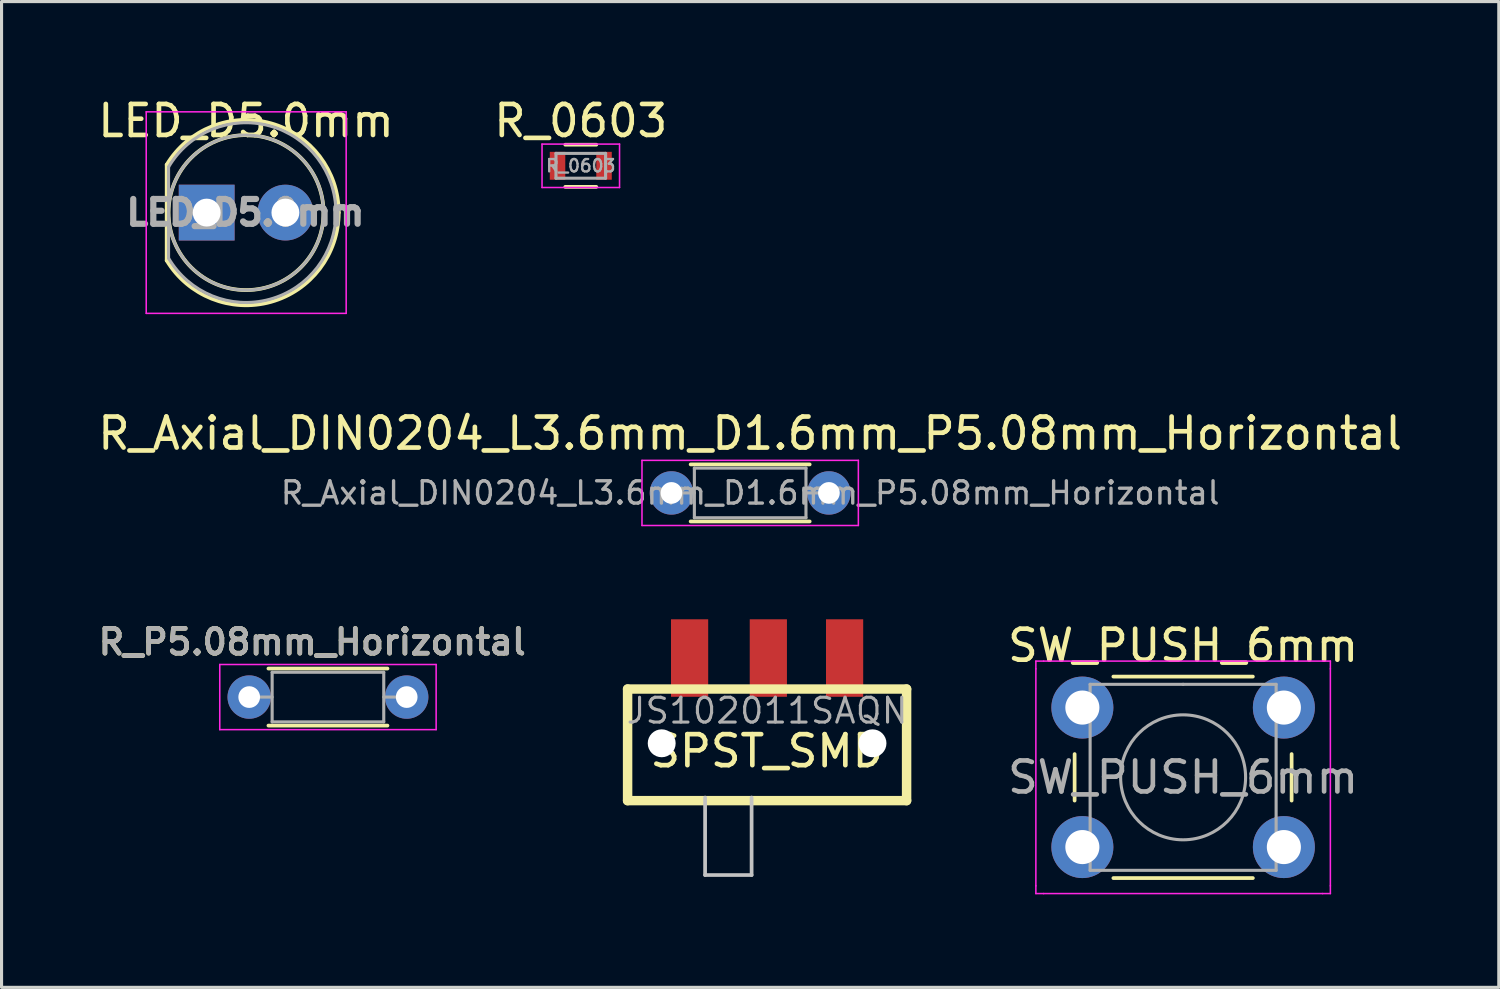
<source format=kicad_pcb>
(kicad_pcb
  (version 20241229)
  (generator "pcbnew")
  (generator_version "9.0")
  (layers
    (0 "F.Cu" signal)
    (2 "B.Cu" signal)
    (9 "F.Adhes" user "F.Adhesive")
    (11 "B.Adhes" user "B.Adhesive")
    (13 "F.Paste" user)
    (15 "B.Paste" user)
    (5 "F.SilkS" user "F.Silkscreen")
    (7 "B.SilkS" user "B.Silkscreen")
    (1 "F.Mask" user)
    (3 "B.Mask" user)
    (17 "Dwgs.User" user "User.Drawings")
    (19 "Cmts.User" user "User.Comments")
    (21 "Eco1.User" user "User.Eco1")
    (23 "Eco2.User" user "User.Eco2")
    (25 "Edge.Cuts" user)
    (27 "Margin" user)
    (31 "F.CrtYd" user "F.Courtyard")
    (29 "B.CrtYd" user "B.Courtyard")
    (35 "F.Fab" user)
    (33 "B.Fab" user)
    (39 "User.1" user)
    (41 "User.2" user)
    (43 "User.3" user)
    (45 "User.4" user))
  (footprint "R_P5.08mm_Horizontal"
    (layer "F.Cu")
    (at 4.989 19.436)
    (property "Reference" "R_P5.08mm_Horizontal" (at 2.032 -1.778 180) (layer "F.SilkS") (effects (font (size 0.8 0.8) (thickness 0.15))))
    (attr through_hole)
    (fp_line (start 0.62 -0.92) (end 4.46 -0.92) (stroke (width 0.12) (type solid)) (layer "F.SilkS"))
    (fp_line (start 0.62 0.92) (end 4.46 0.92) (stroke (width 0.12) (type solid)) (layer "F.SilkS"))
    (fp_line (start -0.95 -1.05) (end -0.95 1.05) (stroke (width 0.05) (type solid)) (layer "F.CrtYd"))
    (fp_line (start -0.95 1.05) (end 6.03 1.05) (stroke (width 0.05) (type solid)) (layer "F.CrtYd"))
    (fp_line (start 6.03 -1.05) (end -0.95 -1.05) (stroke (width 0.05) (type solid)) (layer "F.CrtYd"))
    (fp_line (start 6.03 1.05) (end 6.03 -1.05) (stroke (width 0.05) (type solid)) (layer "F.CrtYd"))
    (fp_line (start 0 0) (end 0.74 0) (stroke (width 0.1) (type solid)) (layer "F.Fab"))
    (fp_line (start 0.74 -0.8) (end 0.74 0.8) (stroke (width 0.1) (type solid)) (layer "F.Fab"))
    (fp_line (start 0.74 0.8) (end 4.34 0.8) (stroke (width 0.1) (type solid)) (layer "F.Fab"))
    (fp_line (start 4.34 -0.8) (end 0.74 -0.8) (stroke (width 0.1) (type solid)) (layer "F.Fab"))
    (fp_line (start 4.34 0.8) (end 4.34 -0.8) (stroke (width 0.1) (type solid)) (layer "F.Fab"))
    (fp_line (start 5.08 0) (end 4.34 0) (stroke (width 0.1) (type solid)) (layer "F.Fab"))
    (fp_text user "${REFERENCE}" (at 2.032 -1.778 180) (layer "F.Fab") (effects (font (size 0.8 0.8) (thickness 0.15))))
    (pad "1" thru_hole circle (at 0 0) (size 1.4 1.4) (drill 0.7) (layers "*.Cu" "*.Mask"))
    (pad "2" thru_hole oval (at 5.08 0) (size 1.4 1.4) (drill 0.7) (layers "*.Cu" "*.Mask")))
  (footprint "R_0603"
    (layer "F.Cu")
    (at 15.685 2.298)
    (property "Reference" "R_0603" (at 0 -1.45 0) (layer "F.SilkS") (effects (font (size 1 1) (thickness 0.15))))
    (attr smd)
    (fp_line (start -0.5 -0.68) (end 0.5 -0.68) (stroke (width 0.12) (type solid)) (layer "F.SilkS"))
    (fp_line (start 0.5 0.68) (end -0.5 0.68) (stroke (width 0.12) (type solid)) (layer "F.SilkS"))
    (fp_line (start -1.25 -0.7) (end -1.25 0.7) (stroke (width 0.05) (type solid)) (layer "F.CrtYd"))
    (fp_line (start -1.25 -0.7) (end 1.25 -0.7) (stroke (width 0.05) (type solid)) (layer "F.CrtYd"))
    (fp_line (start 1.25 0.7) (end -1.25 0.7) (stroke (width 0.05) (type solid)) (layer "F.CrtYd"))
    (fp_line (start 1.25 0.7) (end 1.25 -0.7) (stroke (width 0.05) (type solid)) (layer "F.CrtYd"))
    (fp_line (start -0.8 -0.4) (end 0.8 -0.4) (stroke (width 0.1) (type solid)) (layer "F.Fab"))
    (fp_line (start -0.8 0.4) (end -0.8 -0.4) (stroke (width 0.1) (type solid)) (layer "F.Fab"))
    (fp_line (start 0.8 -0.4) (end 0.8 0.4) (stroke (width 0.1) (type solid)) (layer "F.Fab"))
    (fp_line (start 0.8 0.4) (end -0.8 0.4) (stroke (width 0.1) (type solid)) (layer "F.Fab"))
    (fp_text user "${REFERENCE}" (at 0 0 0) (layer "F.Fab") (effects (font (size 0.4 0.4) (thickness 0.075))))
    (pad "1" smd rect (at -0.75 0) (size 0.5 0.9) (layers "F.Cu" "F.Mask" "F.Paste"))
    (pad "2" smd rect (at 0.75 0) (size 0.5 0.9) (layers "F.Cu" "F.Mask" "F.Paste")))
  (footprint "SW_PUSH_6mm"
    (layer "F.Cu")
    (at 31.865 19.775)
    (property "Reference" "SW_PUSH_6mm" (at 3.25 -2 0) (layer "F.SilkS") (effects (font (size 1 1) (thickness 0.15))))
    (attr through_hole)
    (fp_line (start -0.25 1.5) (end -0.25 3) (stroke (width 0.12) (type solid)) (layer "F.SilkS"))
    (fp_line (start 1 5.5) (end 5.5 5.5) (stroke (width 0.12) (type solid)) (layer "F.SilkS"))
    (fp_line (start 5.5 -1) (end 1 -1) (stroke (width 0.12) (type solid)) (layer "F.SilkS"))
    (fp_line (start 6.75 3) (end 6.75 1.5) (stroke (width 0.12) (type solid)) (layer "F.SilkS"))
    (fp_line (start -1.5 -1.5) (end -1.25 -1.5) (stroke (width 0.05) (type solid)) (layer "F.CrtYd"))
    (fp_line (start -1.5 -1.25) (end -1.5 -1.5) (stroke (width 0.05) (type solid)) (layer "F.CrtYd"))
    (fp_line (start -1.5 5.75) (end -1.5 -1.25) (stroke (width 0.05) (type solid)) (layer "F.CrtYd"))
    (fp_line (start -1.5 5.75) (end -1.5 6) (stroke (width 0.05) (type solid)) (layer "F.CrtYd"))
    (fp_line (start -1.5 6) (end -1.25 6) (stroke (width 0.05) (type solid)) (layer "F.CrtYd"))
    (fp_line (start -1.25 -1.5) (end 7.75 -1.5) (stroke (width 0.05) (type solid)) (layer "F.CrtYd"))
    (fp_line (start 7.75 -1.5) (end 8 -1.5) (stroke (width 0.05) (type solid)) (layer "F.CrtYd"))
    (fp_line (start 7.75 6) (end -1.25 6) (stroke (width 0.05) (type solid)) (layer "F.CrtYd"))
    (fp_line (start 7.75 6) (end 8 6) (stroke (width 0.05) (type solid)) (layer "F.CrtYd"))
    (fp_line (start 8 -1.5) (end 8 -1.25) (stroke (width 0.05) (type solid)) (layer "F.CrtYd"))
    (fp_line (start 8 -1.25) (end 8 5.75) (stroke (width 0.05) (type solid)) (layer "F.CrtYd"))
    (fp_line (start 8 6) (end 8 5.75) (stroke (width 0.05) (type solid)) (layer "F.CrtYd"))
    (fp_line (start 0.25 -0.75) (end 3.25 -0.75) (stroke (width 0.1) (type solid)) (layer "F.Fab"))
    (fp_line (start 0.25 5.25) (end 0.25 -0.75) (stroke (width 0.1) (type solid)) (layer "F.Fab"))
    (fp_line (start 3.25 -0.75) (end 6.25 -0.75) (stroke (width 0.1) (type solid)) (layer "F.Fab"))
    (fp_line (start 6.25 -0.75) (end 6.25 5.25) (stroke (width 0.1) (type solid)) (layer "F.Fab"))
    (fp_line (start 6.25 5.25) (end 0.25 5.25) (stroke (width 0.1) (type solid)) (layer "F.Fab"))
    (fp_circle (center 3.25 2.25) (end 1.25 2.5) (stroke (width 0.1) (type solid)) (fill no) (layer "F.Fab"))
    (fp_text user "${REFERENCE}" (at 3.25 2.25 0) (layer "F.Fab") (effects (font (size 1 1) (thickness 0.15))))
    (pad "1" thru_hole circle (at 0 0 90) (size 2 2) (drill 1.1) (layers "*.Cu" "*.Mask"))
    (pad "1" thru_hole circle (at 6.5 0 90) (size 2 2) (drill 1.1) (layers "*.Cu" "*.Mask"))
    (pad "2" thru_hole circle (at 0 4.5 90) (size 2 2) (drill 1.1) (layers "*.Cu" "*.Mask"))
    (pad "2" thru_hole circle (at 6.5 4.5 90) (size 2 2) (drill 1.1) (layers "*.Cu" "*.Mask")))
  (footprint "R_Axial_DIN0204_L3.6mm_D1.6mm_P5.08mm_Horizontal"
    (layer "F.Cu")
    (at 18.609 12.851)
    (property "Reference" "R_Axial_DIN0204_L3.6mm_D1.6mm_P5.08mm_Horizontal" (at 2.54 -1.92 0) (layer "F.SilkS") (effects (font (size 1 1) (thickness 0.15))))
    (attr through_hole)
    (fp_line (start 0.62 -0.92) (end 4.46 -0.92) (stroke (width 0.12) (type solid)) (layer "F.SilkS"))
    (fp_line (start 0.62 0.92) (end 4.46 0.92) (stroke (width 0.12) (type solid)) (layer "F.SilkS"))
    (fp_line (start -0.95 -1.05) (end -0.95 1.05) (stroke (width 0.05) (type solid)) (layer "F.CrtYd"))
    (fp_line (start -0.95 1.05) (end 6.03 1.05) (stroke (width 0.05) (type solid)) (layer "F.CrtYd"))
    (fp_line (start 6.03 -1.05) (end -0.95 -1.05) (stroke (width 0.05) (type solid)) (layer "F.CrtYd"))
    (fp_line (start 6.03 1.05) (end 6.03 -1.05) (stroke (width 0.05) (type solid)) (layer "F.CrtYd"))
    (fp_line (start 0 0) (end 0.74 0) (stroke (width 0.1) (type solid)) (layer "F.Fab"))
    (fp_line (start 0.74 -0.8) (end 0.74 0.8) (stroke (width 0.1) (type solid)) (layer "F.Fab"))
    (fp_line (start 0.74 0.8) (end 4.34 0.8) (stroke (width 0.1) (type solid)) (layer "F.Fab"))
    (fp_line (start 4.34 -0.8) (end 0.74 -0.8) (stroke (width 0.1) (type solid)) (layer "F.Fab"))
    (fp_line (start 4.34 0.8) (end 4.34 -0.8) (stroke (width 0.1) (type solid)) (layer "F.Fab"))
    (fp_line (start 5.08 0) (end 4.34 0) (stroke (width 0.1) (type solid)) (layer "F.Fab"))
    (fp_text user "${REFERENCE}" (at 2.54 0 0) (layer "F.Fab") (effects (font (size 0.72 0.72) (thickness 0.108))))
    (pad "1" thru_hole circle (at 0 0) (size 1.4 1.4) (drill 0.7) (layers "*.Cu" "*.Mask"))
    (pad "2" thru_hole oval (at 5.08 0) (size 1.4 1.4) (drill 0.7) (layers "*.Cu" "*.Mask")))
  (footprint "LED_D5.0mm"
    (layer "F.Cu")
    (at 3.617 3.808)
    (property "Reference" "LED_D5.0mm" (at 1.27 -2.96 0) (layer "F.SilkS") (effects (font (size 1 1) (thickness 0.15))))
    (attr through_hole)
    (fp_line (start -1.29 -1.545) (end -1.29 1.545) (stroke (width 0.12) (type solid)) (layer "F.SilkS"))
    (fp_arc (start -1.29 -1.54483) (mid 2.072002 -2.880433) (end 4.26 0.000462) (stroke (width 0.12) (type solid)) (layer "F.SilkS"))
    (fp_arc (start 4.26 -0.000462) (mid 2.072002 2.880433) (end -1.29 1.54483) (stroke (width 0.12) (type solid)) (layer "F.SilkS"))
    (fp_circle (center 1.27 0) (end 3.77 0) (stroke (width 0.12) (type solid)) (fill no) (layer "F.SilkS"))
    (fp_line (start -1.95 -3.25) (end -1.95 3.25) (stroke (width 0.05) (type solid)) (layer "F.CrtYd"))
    (fp_line (start -1.95 3.25) (end 4.5 3.25) (stroke (width 0.05) (type solid)) (layer "F.CrtYd"))
    (fp_line (start 4.5 -3.25) (end -1.95 -3.25) (stroke (width 0.05) (type solid)) (layer "F.CrtYd"))
    (fp_line (start 4.5 3.25) (end 4.5 -3.25) (stroke (width 0.05) (type solid)) (layer "F.CrtYd"))
    (fp_line (start -1.23 -1.47) (end -1.23 1.47) (stroke (width 0.1) (type solid)) (layer "F.Fab"))
    (fp_arc (start -1.23 -1.469694) (mid 4.17 0.000016) (end -1.230016 1.469666) (stroke (width 0.1) (type solid)) (layer "F.Fab"))
    (fp_circle (center 1.27 0) (end 3.77 0) (stroke (width 0.1) (type solid)) (fill no) (layer "F.Fab"))
    (fp_text user "${REFERENCE}" (at 1.25 0 0) (layer "F.Fab") (effects (font (size 0.8 0.8) (thickness 0.2))))
    (pad "1" thru_hole rect (at 0 0) (size 1.8 1.8) (drill 0.9) (layers "*.Cu" "*.Mask"))
    (pad "2" thru_hole circle (at 2.54 0) (size 1.8 1.8) (drill 0.9) (layers "*.Cu" "*.Mask")))
  (footprint "SPST_SMD"
    (layer "F.Cu")
    (at 21.695 18.177)
    (property "Reference" "SPST_SMD" (at 0 3 0) (layer "F.SilkS") (effects (font (size 1 1) (thickness 0.15))))
    (attr through_hole)
    (fp_line (start -4.5 1) (end -4.5 4.6) (stroke (width 0.305) (type solid)) (layer "F.SilkS"))
    (fp_line (start -4.5 1) (end 4.5 1) (stroke (width 0.305) (type solid)) (layer "F.SilkS"))
    (fp_line (start -4.5 4.6) (end 4.5 4.6) (stroke (width 0.305) (type solid)) (layer "F.SilkS"))
    (fp_line (start 4.5 1) (end 4.5 4.6) (stroke (width 0.305) (type solid)) (layer "F.SilkS"))
    (fp_line (start -2 4.5) (end -2 7) (stroke (width 0.12) (type solid)) (layer "Dwgs.User"))
    (fp_line (start -2 7) (end -0.5 7) (stroke (width 0.12) (type solid)) (layer "Dwgs.User"))
    (fp_line (start -0.5 7) (end -0.5 4.5) (stroke (width 0.12) (type solid)) (layer "Dwgs.User"))
    (fp_text user "JS102011SAQN" (at 0 1.7 0) (layer "F.Fab") (effects (font (size 0.8 0.8) (thickness 0.1))))
    (pad "" np_thru_hole circle (at -3.4 2.75) (size 0.9 0.9) (drill 0.9) (layers "*.Cu" "*.Mask"))
    (pad "" np_thru_hole circle (at 3.4 2.75) (size 0.9 0.9) (drill 0.9) (layers "*.Cu" "*.Mask"))
    (pad "1" smd rect (at -2.5 0) (size 1.2 2.5) (layers "F.Cu" "F.Mask" "F.Paste"))
    (pad "2" smd rect (at 0.04 0) (size 1.2 2.5) (layers "F.Cu" "F.Mask" "F.Paste"))
    (pad "3" smd rect (at 2.5 0) (size 1.2 2.5) (layers "F.Cu" "F.Mask" "F.Paste")))
  (gr_rect
    (start -3 -3)
    (end 45.298 28.8)
    (stroke (width 0.1) (type default))
    (fill no)
    (layer "Edge.Cuts")))
</source>
